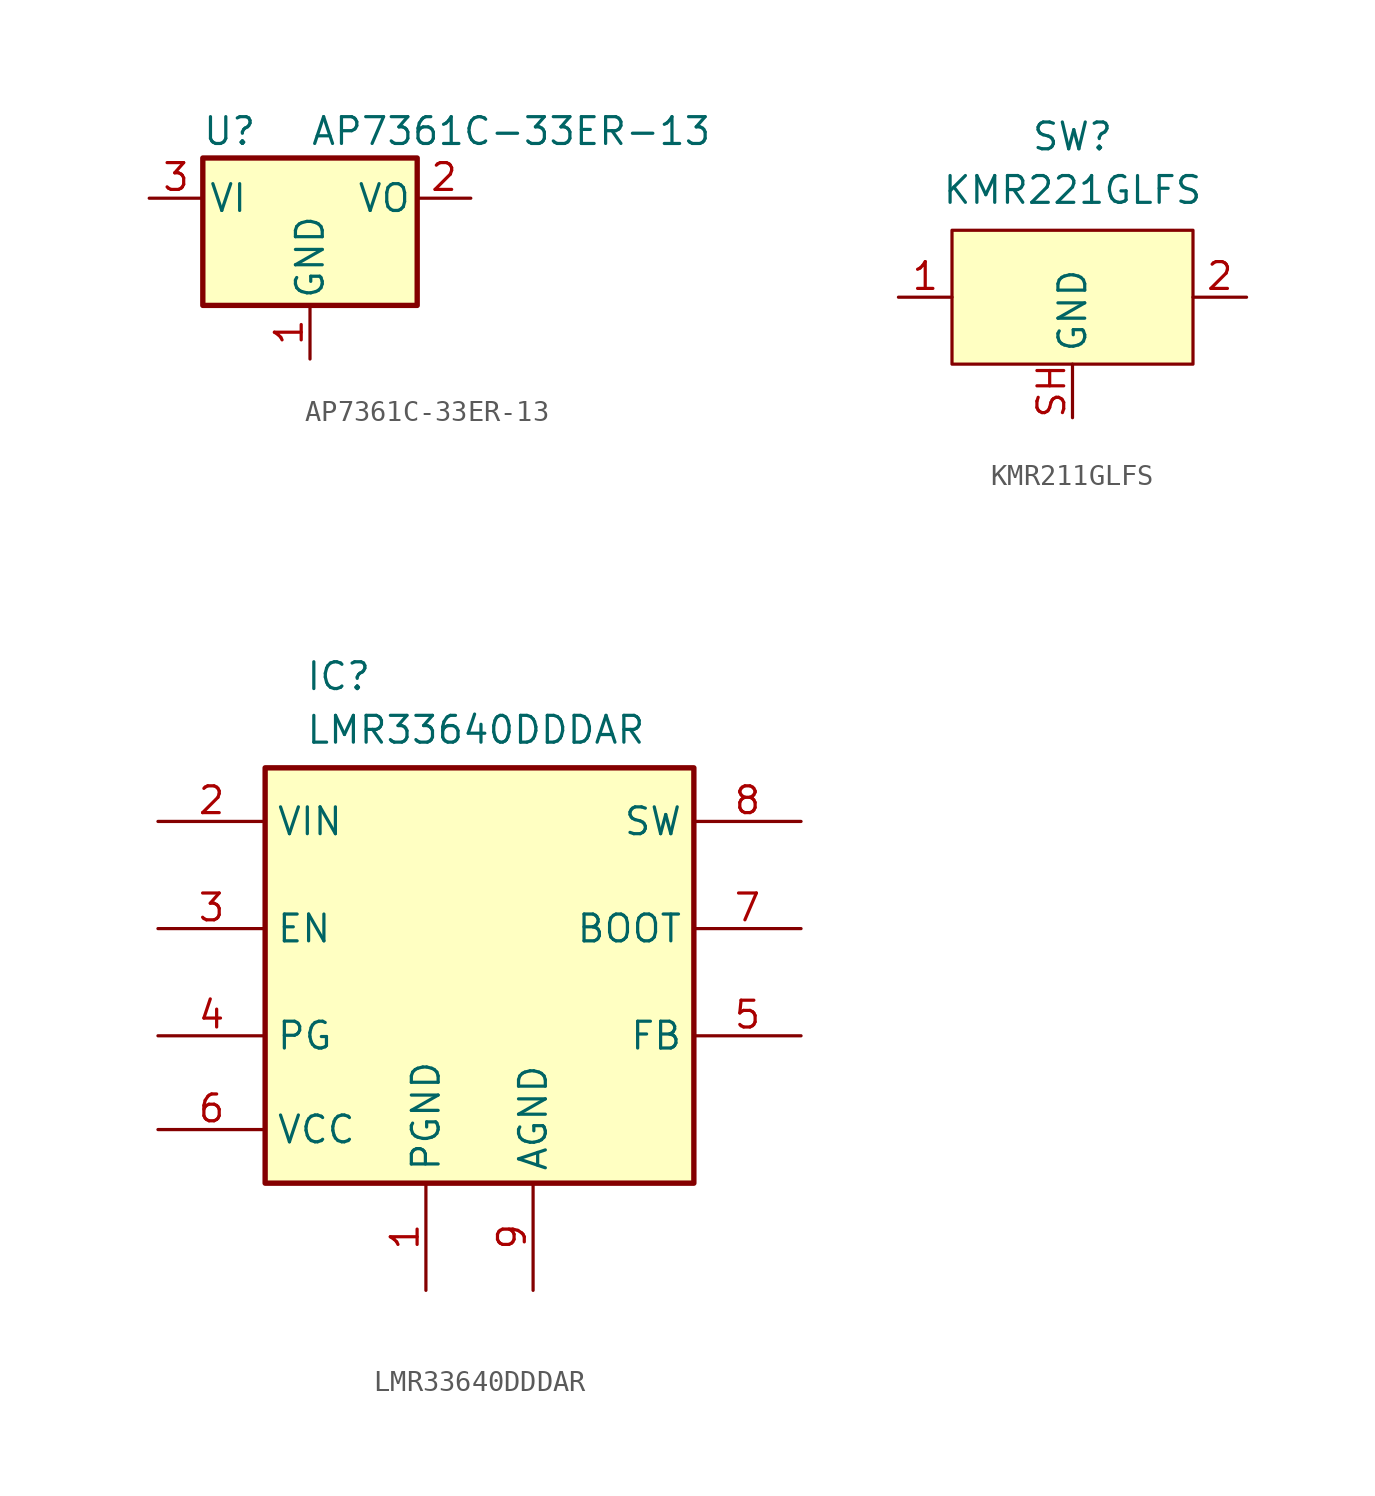
<source format=kicad_sym>
(kicad_symbol_lib
  (version 20220914)
  (generator kicad_symbol_editor)
  (symbol "AP7361C-33ER-13"
    (pin_names
      (offset 0.254))
    (property "Reference" "U"
      (at -3.81 3.175 0)
      (effects (font (size 1.27 1.27))))
    (property "Value" "AP7361C-33ER-13"
      (at 0 3.175 0)
      (effects (font (size 1.27 1.27)) (justify left)))
    (symbol "AP7361C-33ER-13_0_1"
      (rectangle (start -5.08 -5.08) (end 5.08 1.905) (stroke (width 0.254) (type default)) (fill (type background))))
    (symbol "AP7361C-33ER-13_1_1"
      (pin power_in line (at 0 -7.62 90) (length 2.54) (name "GND" (effects (font (size 1.27 1.27)))) (number "1" (effects (font (size 1.27 1.27)))))
      (pin power_out line (at 7.62 0 180) (length 2.54) (name "VO" (effects (font (size 1.27 1.27)))) (number "2" (effects (font (size 1.27 1.27)))))
      (pin power_in line (at -7.62 0 0) (length 2.54) (name "VI" (effects (font (size 1.27 1.27)))) (number "3" (effects (font (size 1.27 1.27)))))))
  (symbol "KMR211GLFS"
    (property "Reference" "SW"
      (at 0 7.62 0)
      (effects (font (size 1.27 1.27))))
    (property "Value" "KMR221GLFS"
      (at 0 5.08 0)
      (effects (font (size 1.27 1.27))))
    (symbol "KMR211GLFS_1_1"
      (rectangle (start -5.715 3.175) (end 5.715 -3.175) (stroke (width 0) (type default)) (fill (type background)))
      (pin input line (at -8.255 0 0) (length 2.54) (name "" (effects (font (size 1.27 1.27)))) (number "1" (effects (font (size 1.27 1.27)))))
      (pin input line (at 8.255 0 180) (length 2.54) (name "" (effects (font (size 1.27 1.27)))) (number "2" (effects (font (size 1.27 1.27)))))
      (pin input line (at 0 -5.715 90) (length 2.54) (name "GND" (effects (font (size 1.27 1.27)))) (number "SH" (effects (font (size 1.27 1.27)))))))
  (symbol "LMR33640DDDAR"
    (property "Reference" "IC"
      (at 6.985 7.62 0)
      (effects (font (size 1.27 1.27)) (justify left top)))
    (property "Value" "LMR33640DDDAR"
      (at 6.985 5.08 0)
      (effects (font (size 1.27 1.27)) (justify left top)))
    (symbol "LMR33640DDDAR_1_1"
      (rectangle (start 5.08 2.54) (end 25.4 -17.145) (stroke (width 0.254) (type default)) (fill (type background)))
      (pin passive line (at 12.7 -22.225 90) (length 5.08) (name "PGND" (effects (font (size 1.27 1.27)))) (number "1" (effects (font (size 1.27 1.27)))))
      (pin passive line (at 0 0 0) (length 5.08) (name "VIN" (effects (font (size 1.27 1.27)))) (number "2" (effects (font (size 1.27 1.27)))))
      (pin passive line (at 0 -5.08 0) (length 5.08) (name "EN" (effects (font (size 1.27 1.27)))) (number "3" (effects (font (size 1.27 1.27)))))
      (pin passive line (at 0 -10.16 0) (length 5.08) (name "PG" (effects (font (size 1.27 1.27)))) (number "4" (effects (font (size 1.27 1.27)))))
      (pin passive line (at 30.48 -10.16 180) (length 5.08) (name "FB" (effects (font (size 1.27 1.27)))) (number "5" (effects (font (size 1.27 1.27)))))
      (pin passive line (at 0 -14.605 0) (length 5.08) (name "VCC" (effects (font (size 1.27 1.27)))) (number "6" (effects (font (size 1.27 1.27)))))
      (pin passive line (at 30.48 -5.08 180) (length 5.08) (name "BOOT" (effects (font (size 1.27 1.27)))) (number "7" (effects (font (size 1.27 1.27)))))
      (pin passive line (at 30.48 0 180) (length 5.08) (name "SW" (effects (font (size 1.27 1.27)))) (number "8" (effects (font (size 1.27 1.27)))))
      (pin passive line (at 17.78 -22.225 90) (length 5.08) (name "AGND" (effects (font (size 1.27 1.27)))) (number "9" (effects (font (size 1.27 1.27))))))))
</source>
